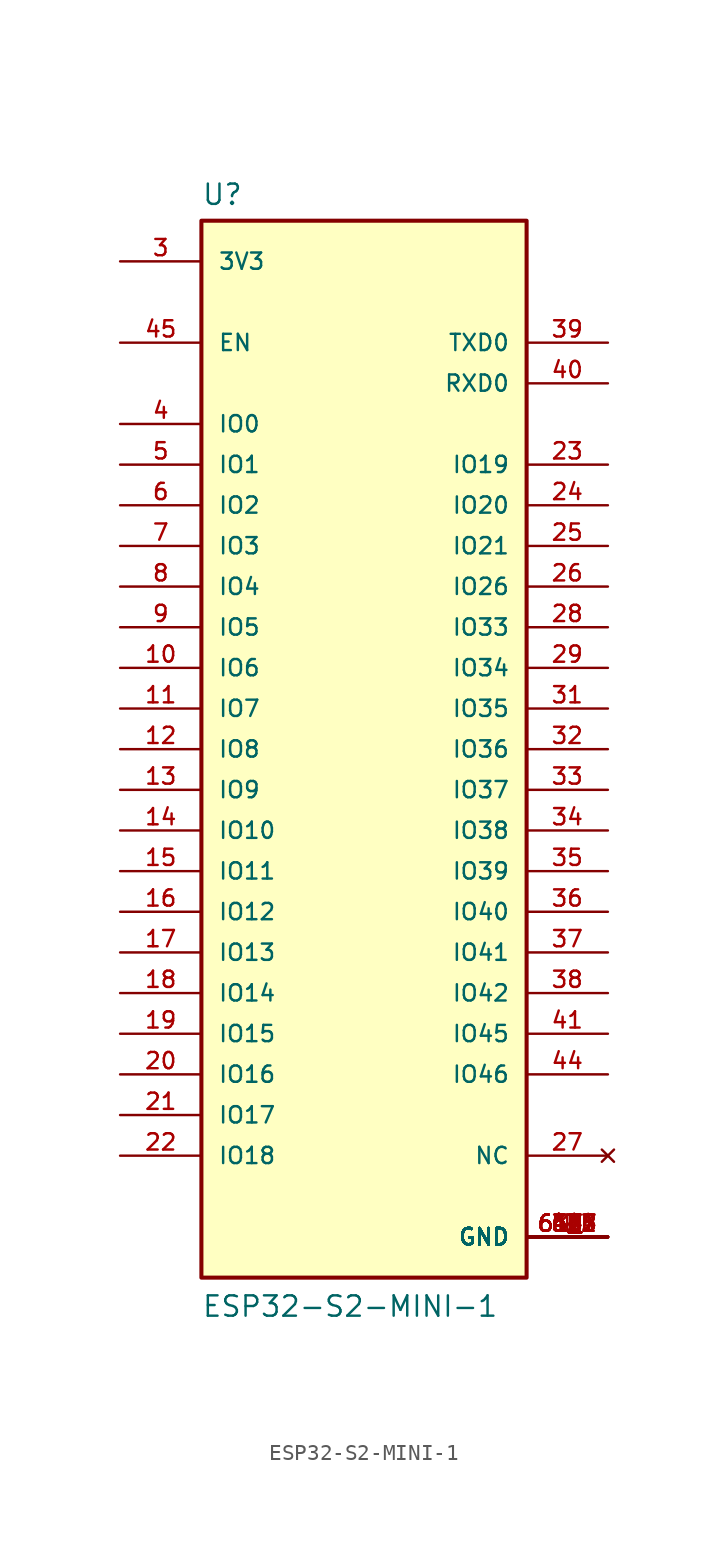
<source format=kicad_sym>
(kicad_symbol_lib
  (version 20211014)
  (generator kicad_symbol_editor)
  (symbol "ESP32-S2-MINI-1"
    (pin_names
      (offset 1.016))
    (property "Reference" "U"
      (at -10.16 33.909 0)
      (effects (font (size 1.27 1.27)) (justify left bottom)))
    (property "Value" "ESP32-S2-MINI-1"
      (at -10.16 -35.56 0)
      (effects (font (size 1.27 1.27)) (justify left bottom)))
    (symbol "ESP32-S2-MINI-1_0_0"
      (rectangle (start -10.16 -33.02) (end 10.16 33.02) (stroke (width 0.254) (type default) (color 0 0 0 0)) (fill (type background)))
      (pin power_in line (at 15.24 -30.48 180) (length 5.08) (name "GND" (effects (font (size 1.016 1.016)))) (number "1" (effects (font (size 1.016 1.016)))))
      (pin bidirectional line (at -15.24 5.08 0) (length 5.08) (name "IO6" (effects (font (size 1.016 1.016)))) (number "10" (effects (font (size 1.016 1.016)))))
      (pin bidirectional line (at -15.24 2.54 0) (length 5.08) (name "IO7" (effects (font (size 1.016 1.016)))) (number "11" (effects (font (size 1.016 1.016)))))
      (pin bidirectional line (at -15.24 0 0) (length 5.08) (name "IO8" (effects (font (size 1.016 1.016)))) (number "12" (effects (font (size 1.016 1.016)))))
      (pin bidirectional line (at -15.24 -2.54 0) (length 5.08) (name "IO9" (effects (font (size 1.016 1.016)))) (number "13" (effects (font (size 1.016 1.016)))))
      (pin bidirectional line (at -15.24 -5.08 0) (length 5.08) (name "IO10" (effects (font (size 1.016 1.016)))) (number "14" (effects (font (size 1.016 1.016)))))
      (pin bidirectional line (at -15.24 -7.62 0) (length 5.08) (name "IO11" (effects (font (size 1.016 1.016)))) (number "15" (effects (font (size 1.016 1.016)))))
      (pin bidirectional line (at -15.24 -10.16 0) (length 5.08) (name "IO12" (effects (font (size 1.016 1.016)))) (number "16" (effects (font (size 1.016 1.016)))))
      (pin bidirectional line (at -15.24 -12.7 0) (length 5.08) (name "IO13" (effects (font (size 1.016 1.016)))) (number "17" (effects (font (size 1.016 1.016)))))
      (pin bidirectional line (at -15.24 -15.24 0) (length 5.08) (name "IO14" (effects (font (size 1.016 1.016)))) (number "18" (effects (font (size 1.016 1.016)))))
      (pin bidirectional line (at -15.24 -17.78 0) (length 5.08) (name "IO15" (effects (font (size 1.016 1.016)))) (number "19" (effects (font (size 1.016 1.016)))))
      (pin power_in line (at 15.24 -30.48 180) (length 5.08) (name "GND" (effects (font (size 1.016 1.016)))) (number "2" (effects (font (size 1.016 1.016)))))
      (pin bidirectional line (at -15.24 -20.32 0) (length 5.08) (name "IO16" (effects (font (size 1.016 1.016)))) (number "20" (effects (font (size 1.016 1.016)))))
      (pin bidirectional line (at -15.24 -22.86 0) (length 5.08) (name "IO17" (effects (font (size 1.016 1.016)))) (number "21" (effects (font (size 1.016 1.016)))))
      (pin bidirectional line (at -15.24 -25.4 0) (length 5.08) (name "IO18" (effects (font (size 1.016 1.016)))) (number "22" (effects (font (size 1.016 1.016)))))
      (pin bidirectional line (at 15.24 17.78 180) (length 5.08) (name "IO19" (effects (font (size 1.016 1.016)))) (number "23" (effects (font (size 1.016 1.016)))))
      (pin bidirectional line (at 15.24 15.24 180) (length 5.08) (name "IO20" (effects (font (size 1.016 1.016)))) (number "24" (effects (font (size 1.016 1.016)))))
      (pin bidirectional line (at 15.24 12.7 180) (length 5.08) (name "IO21" (effects (font (size 1.016 1.016)))) (number "25" (effects (font (size 1.016 1.016)))))
      (pin bidirectional line (at 15.24 10.16 180) (length 5.08) (name "IO26" (effects (font (size 1.016 1.016)))) (number "26" (effects (font (size 1.016 1.016)))))
      (pin no_connect line (at 15.24 -25.4 180) (length 5.08) (name "NC" (effects (font (size 1.016 1.016)))) (number "27" (effects (font (size 1.016 1.016)))))
      (pin bidirectional line (at 15.24 7.62 180) (length 5.08) (name "IO33" (effects (font (size 1.016 1.016)))) (number "28" (effects (font (size 1.016 1.016)))))
      (pin bidirectional line (at 15.24 5.08 180) (length 5.08) (name "IO34" (effects (font (size 1.016 1.016)))) (number "29" (effects (font (size 1.016 1.016)))))
      (pin power_in line (at -15.24 30.48 0) (length 5.08) (name "3V3" (effects (font (size 1.016 1.016)))) (number "3" (effects (font (size 1.016 1.016)))))
      (pin power_in line (at 15.24 -30.48 180) (length 5.08) (name "GND" (effects (font (size 1.016 1.016)))) (number "30" (effects (font (size 1.016 1.016)))))
      (pin bidirectional line (at 15.24 2.54 180) (length 5.08) (name "IO35" (effects (font (size 1.016 1.016)))) (number "31" (effects (font (size 1.016 1.016)))))
      (pin bidirectional line (at 15.24 0 180) (length 5.08) (name "IO36" (effects (font (size 1.016 1.016)))) (number "32" (effects (font (size 1.016 1.016)))))
      (pin bidirectional line (at 15.24 -2.54 180) (length 5.08) (name "IO37" (effects (font (size 1.016 1.016)))) (number "33" (effects (font (size 1.016 1.016)))))
      (pin bidirectional line (at 15.24 -5.08 180) (length 5.08) (name "IO38" (effects (font (size 1.016 1.016)))) (number "34" (effects (font (size 1.016 1.016)))))
      (pin bidirectional line (at 15.24 -7.62 180) (length 5.08) (name "IO39" (effects (font (size 1.016 1.016)))) (number "35" (effects (font (size 1.016 1.016)))))
      (pin bidirectional line (at 15.24 -10.16 180) (length 5.08) (name "IO40" (effects (font (size 1.016 1.016)))) (number "36" (effects (font (size 1.016 1.016)))))
      (pin bidirectional line (at 15.24 -12.7 180) (length 5.08) (name "IO41" (effects (font (size 1.016 1.016)))) (number "37" (effects (font (size 1.016 1.016)))))
      (pin bidirectional line (at 15.24 -15.24 180) (length 5.08) (name "IO42" (effects (font (size 1.016 1.016)))) (number "38" (effects (font (size 1.016 1.016)))))
      (pin bidirectional line (at 15.24 25.4 180) (length 5.08) (name "TXD0" (effects (font (size 1.016 1.016)))) (number "39" (effects (font (size 1.016 1.016)))))
      (pin bidirectional line (at -15.24 20.32 0) (length 5.08) (name "IO0" (effects (font (size 1.016 1.016)))) (number "4" (effects (font (size 1.016 1.016)))))
      (pin bidirectional line (at 15.24 22.86 180) (length 5.08) (name "RXD0" (effects (font (size 1.016 1.016)))) (number "40" (effects (font (size 1.016 1.016)))))
      (pin bidirectional line (at 15.24 -17.78 180) (length 5.08) (name "IO45" (effects (font (size 1.016 1.016)))) (number "41" (effects (font (size 1.016 1.016)))))
      (pin power_in line (at 15.24 -30.48 180) (length 5.08) (name "GND" (effects (font (size 1.016 1.016)))) (number "42" (effects (font (size 1.016 1.016)))))
      (pin power_in line (at 15.24 -30.48 180) (length 5.08) (name "GND" (effects (font (size 1.016 1.016)))) (number "43" (effects (font (size 1.016 1.016)))))
      (pin input line (at 15.24 -20.32 180) (length 5.08) (name "IO46" (effects (font (size 1.016 1.016)))) (number "44" (effects (font (size 1.016 1.016)))))
      (pin input line (at -15.24 25.4 0) (length 5.08) (name "EN" (effects (font (size 1.016 1.016)))) (number "45" (effects (font (size 1.016 1.016)))))
      (pin power_in line (at 15.24 -30.48 180) (length 5.08) (name "GND" (effects (font (size 1.016 1.016)))) (number "46" (effects (font (size 1.016 1.016)))))
      (pin power_in line (at 15.24 -30.48 180) (length 5.08) (name "GND" (effects (font (size 1.016 1.016)))) (number "47" (effects (font (size 1.016 1.016)))))
      (pin power_in line (at 15.24 -30.48 180) (length 5.08) (name "GND" (effects (font (size 1.016 1.016)))) (number "48" (effects (font (size 1.016 1.016)))))
      (pin power_in line (at 15.24 -30.48 180) (length 5.08) (name "GND" (effects (font (size 1.016 1.016)))) (number "49" (effects (font (size 1.016 1.016)))))
      (pin bidirectional line (at -15.24 17.78 0) (length 5.08) (name "IO1" (effects (font (size 1.016 1.016)))) (number "5" (effects (font (size 1.016 1.016)))))
      (pin power_in line (at 15.24 -30.48 180) (length 5.08) (name "GND" (effects (font (size 1.016 1.016)))) (number "50" (effects (font (size 1.016 1.016)))))
      (pin power_in line (at 15.24 -30.48 180) (length 5.08) (name "GND" (effects (font (size 1.016 1.016)))) (number "51" (effects (font (size 1.016 1.016)))))
      (pin power_in line (at 15.24 -30.48 180) (length 5.08) (name "GND" (effects (font (size 1.016 1.016)))) (number "52" (effects (font (size 1.016 1.016)))))
      (pin power_in line (at 15.24 -30.48 180) (length 5.08) (name "GND" (effects (font (size 1.016 1.016)))) (number "53" (effects (font (size 1.016 1.016)))))
      (pin power_in line (at 15.24 -30.48 180) (length 5.08) (name "GND" (effects (font (size 1.016 1.016)))) (number "54" (effects (font (size 1.016 1.016)))))
      (pin power_in line (at 15.24 -30.48 180) (length 5.08) (name "GND" (effects (font (size 1.016 1.016)))) (number "55" (effects (font (size 1.016 1.016)))))
      (pin power_in line (at 15.24 -30.48 180) (length 5.08) (name "GND" (effects (font (size 1.016 1.016)))) (number "56" (effects (font (size 1.016 1.016)))))
      (pin power_in line (at 15.24 -30.48 180) (length 5.08) (name "GND" (effects (font (size 1.016 1.016)))) (number "57" (effects (font (size 1.016 1.016)))))
      (pin power_in line (at 15.24 -30.48 180) (length 5.08) (name "GND" (effects (font (size 1.016 1.016)))) (number "58" (effects (font (size 1.016 1.016)))))
      (pin power_in line (at 15.24 -30.48 180) (length 5.08) (name "GND" (effects (font (size 1.016 1.016)))) (number "59" (effects (font (size 1.016 1.016)))))
      (pin bidirectional line (at -15.24 15.24 0) (length 5.08) (name "IO2" (effects (font (size 1.016 1.016)))) (number "6" (effects (font (size 1.016 1.016)))))
      (pin power_in line (at 15.24 -30.48 180) (length 5.08) (name "GND" (effects (font (size 1.016 1.016)))) (number "60" (effects (font (size 1.016 1.016)))))
      (pin power_in line (at 15.24 -30.48 180) (length 5.08) (name "GND" (effects (font (size 1.016 1.016)))) (number "61" (effects (font (size 1.016 1.016)))))
      (pin power_in line (at 15.24 -30.48 180) (length 5.08) (name "GND" (effects (font (size 1.016 1.016)))) (number "61_1" (effects (font (size 1.016 1.016)))))
      (pin power_in line (at 15.24 -30.48 180) (length 5.08) (name "GND" (effects (font (size 1.016 1.016)))) (number "61_2" (effects (font (size 1.016 1.016)))))
      (pin power_in line (at 15.24 -30.48 180) (length 5.08) (name "GND" (effects (font (size 1.016 1.016)))) (number "61_3" (effects (font (size 1.016 1.016)))))
      (pin power_in line (at 15.24 -30.48 180) (length 5.08) (name "GND" (effects (font (size 1.016 1.016)))) (number "61_4" (effects (font (size 1.016 1.016)))))
      (pin power_in line (at 15.24 -30.48 180) (length 5.08) (name "GND" (effects (font (size 1.016 1.016)))) (number "61_5" (effects (font (size 1.016 1.016)))))
      (pin power_in line (at 15.24 -30.48 180) (length 5.08) (name "GND" (effects (font (size 1.016 1.016)))) (number "61_6" (effects (font (size 1.016 1.016)))))
      (pin power_in line (at 15.24 -30.48 180) (length 5.08) (name "GND" (effects (font (size 1.016 1.016)))) (number "61_7" (effects (font (size 1.016 1.016)))))
      (pin power_in line (at 15.24 -30.48 180) (length 5.08) (name "GND" (effects (font (size 1.016 1.016)))) (number "61_8" (effects (font (size 1.016 1.016)))))
      (pin power_in line (at 15.24 -30.48 180) (length 5.08) (name "GND" (effects (font (size 1.016 1.016)))) (number "62" (effects (font (size 1.016 1.016)))))
      (pin power_in line (at 15.24 -30.48 180) (length 5.08) (name "GND" (effects (font (size 1.016 1.016)))) (number "63" (effects (font (size 1.016 1.016)))))
      (pin power_in line (at 15.24 -30.48 180) (length 5.08) (name "GND" (effects (font (size 1.016 1.016)))) (number "64" (effects (font (size 1.016 1.016)))))
      (pin power_in line (at 15.24 -30.48 180) (length 5.08) (name "GND" (effects (font (size 1.016 1.016)))) (number "65" (effects (font (size 1.016 1.016)))))
      (pin bidirectional line (at -15.24 12.7 0) (length 5.08) (name "IO3" (effects (font (size 1.016 1.016)))) (number "7" (effects (font (size 1.016 1.016)))))
      (pin bidirectional line (at -15.24 10.16 0) (length 5.08) (name "IO4" (effects (font (size 1.016 1.016)))) (number "8" (effects (font (size 1.016 1.016)))))
      (pin bidirectional line (at -15.24 7.62 0) (length 5.08) (name "IO5" (effects (font (size 1.016 1.016)))) (number "9" (effects (font (size 1.016 1.016))))))))
</source>
